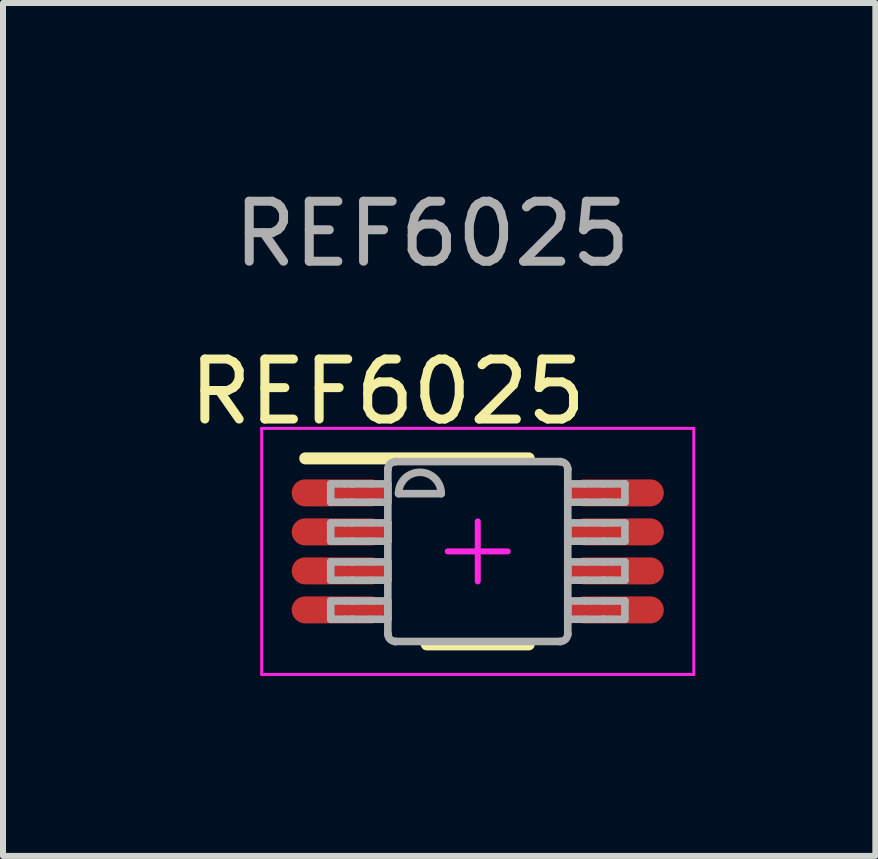
<source format=kicad_pcb>
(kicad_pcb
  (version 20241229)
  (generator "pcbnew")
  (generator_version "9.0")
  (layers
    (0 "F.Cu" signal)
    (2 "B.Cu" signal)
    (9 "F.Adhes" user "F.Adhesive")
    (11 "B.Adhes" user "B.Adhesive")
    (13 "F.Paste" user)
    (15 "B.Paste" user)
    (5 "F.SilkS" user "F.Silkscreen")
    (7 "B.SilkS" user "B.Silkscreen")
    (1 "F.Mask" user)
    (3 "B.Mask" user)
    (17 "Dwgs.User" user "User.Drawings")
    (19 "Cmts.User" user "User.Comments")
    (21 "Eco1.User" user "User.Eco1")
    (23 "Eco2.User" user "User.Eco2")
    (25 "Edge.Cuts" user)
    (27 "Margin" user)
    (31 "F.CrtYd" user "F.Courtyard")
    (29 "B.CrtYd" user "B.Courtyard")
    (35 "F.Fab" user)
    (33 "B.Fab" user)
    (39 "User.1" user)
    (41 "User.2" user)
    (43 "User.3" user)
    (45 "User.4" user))
  (footprint "REF6025"
    (layer "F.Cu")
    (at 4.911 6.138)
    (property "Reference" "REF6025" (at -1.5 -2.66 0) (unlocked yes) (layer "F.SilkS") (effects (font (size 1 1) (thickness 0.15))))
    (attr smd)
    (fp_line (start -2.875 -1.55) (end 0.85 -1.55) (stroke (width 0.2) (type solid)) (layer "F.SilkS"))
    (fp_line (start -0.85 1.55) (end 0.85 1.55) (stroke (width 0.2) (type solid)) (layer "F.SilkS"))
    (fp_line (start -3.6 -2.05) (end 3.6 -2.05) (stroke (width 0.05) (type solid)) (layer "F.CrtYd"))
    (fp_line (start -3.6 2.05) (end -3.6 -2.05) (stroke (width 0.05) (type solid)) (layer "F.CrtYd"))
    (fp_line (start -3.6 2.05) (end 3.6 2.05) (stroke (width 0.05) (type solid)) (layer "F.CrtYd"))
    (fp_line (start -0.5 0) (end 0.5 0) (stroke (width 0.1) (type solid)) (layer "F.CrtYd"))
    (fp_line (start 0 0.5) (end 0 -0.5) (stroke (width 0.1) (type solid)) (layer "F.CrtYd"))
    (fp_line (start 3.6 2.05) (end 3.6 -2.05) (stroke (width 0.05) (type solid)) (layer "F.CrtYd"))
    (fp_line (start -2.45 -1.125) (end -2.21 -1.125) (stroke (width 0.127) (type solid)) (layer "F.Fab"))
    (fp_line (start -2.45 -0.82) (end -2.45 -1.125) (stroke (width 0.127) (type solid)) (layer "F.Fab"))
    (fp_line (start -2.45 -0.82) (end -2.21 -0.82) (stroke (width 0.127) (type solid)) (layer "F.Fab"))
    (fp_line (start -2.45 -0.475) (end -2.21 -0.475) (stroke (width 0.127) (type solid)) (layer "F.Fab"))
    (fp_line (start -2.45 -0.17) (end -2.45 -0.475) (stroke (width 0.127) (type solid)) (layer "F.Fab"))
    (fp_line (start -2.45 -0.17) (end -2.21 -0.17) (stroke (width 0.127) (type solid)) (layer "F.Fab"))
    (fp_line (start -2.45 0.175) (end -2.21 0.175) (stroke (width 0.127) (type solid)) (layer "F.Fab"))
    (fp_line (start -2.45 0.48) (end -2.45 0.175) (stroke (width 0.127) (type solid)) (layer "F.Fab"))
    (fp_line (start -2.45 0.48) (end -2.21 0.48) (stroke (width 0.127) (type solid)) (layer "F.Fab"))
    (fp_line (start -2.45 0.826) (end -2.21 0.826) (stroke (width 0.127) (type solid)) (layer "F.Fab"))
    (fp_line (start -2.45 1.131) (end -2.45 0.826) (stroke (width 0.127) (type solid)) (layer "F.Fab"))
    (fp_line (start -2.45 1.131) (end -2.21 1.131) (stroke (width 0.127) (type solid)) (layer "F.Fab"))
    (fp_line (start -2.21 -1.125) (end -2.091 -1.125) (stroke (width 0.127) (type solid)) (layer "F.Fab"))
    (fp_line (start -2.21 -0.82) (end -2.091 -0.82) (stroke (width 0.127) (type solid)) (layer "F.Fab"))
    (fp_line (start -2.21 -0.475) (end -2.091 -0.475) (stroke (width 0.127) (type solid)) (layer "F.Fab"))
    (fp_line (start -2.21 -0.17) (end -2.091 -0.17) (stroke (width 0.127) (type solid)) (layer "F.Fab"))
    (fp_line (start -2.21 0.175) (end -2.091 0.175) (stroke (width 0.127) (type solid)) (layer "F.Fab"))
    (fp_line (start -2.21 0.48) (end -2.091 0.48) (stroke (width 0.127) (type solid)) (layer "F.Fab"))
    (fp_line (start -2.21 0.826) (end -2.091 0.826) (stroke (width 0.127) (type solid)) (layer "F.Fab"))
    (fp_line (start -2.21 1.131) (end -2.091 1.131) (stroke (width 0.127) (type solid)) (layer "F.Fab"))
    (fp_line (start -2.091 -1.125) (end -2.087 -1.125) (stroke (width 0.127) (type solid)) (layer "F.Fab"))
    (fp_line (start -2.091 -0.82) (end -2.087 -0.82) (stroke (width 0.127) (type solid)) (layer "F.Fab"))
    (fp_line (start -2.091 -0.475) (end -2.087 -0.475) (stroke (width 0.127) (type solid)) (layer "F.Fab"))
    (fp_line (start -2.091 -0.17) (end -2.087 -0.17) (stroke (width 0.127) (type solid)) (layer "F.Fab"))
    (fp_line (start -2.091 0.175) (end -2.087 0.175) (stroke (width 0.127) (type solid)) (layer "F.Fab"))
    (fp_line (start -2.091 0.48) (end -2.087 0.48) (stroke (width 0.127) (type solid)) (layer "F.Fab"))
    (fp_line (start -2.091 0.826) (end -2.087 0.826) (stroke (width 0.127) (type solid)) (layer "F.Fab"))
    (fp_line (start -2.091 1.131) (end -2.087 1.131) (stroke (width 0.127) (type solid)) (layer "F.Fab"))
    (fp_line (start -2.087 -1.125) (end -1.784 -1.125) (stroke (width 0.127) (type solid)) (layer "F.Fab"))
    (fp_line (start -2.087 -0.82) (end -1.784 -0.82) (stroke (width 0.127) (type solid)) (layer "F.Fab"))
    (fp_line (start -2.087 -0.475) (end -1.784 -0.475) (stroke (width 0.127) (type solid)) (layer "F.Fab"))
    (fp_line (start -2.087 -0.17) (end -1.784 -0.17) (stroke (width 0.127) (type solid)) (layer "F.Fab"))
    (fp_line (start -2.087 0.175) (end -1.784 0.175) (stroke (width 0.127) (type solid)) (layer "F.Fab"))
    (fp_line (start -2.087 0.48) (end -1.784 0.48) (stroke (width 0.127) (type solid)) (layer "F.Fab"))
    (fp_line (start -2.087 0.826) (end -1.784 0.826) (stroke (width 0.127) (type solid)) (layer "F.Fab"))
    (fp_line (start -2.087 1.131) (end -1.784 1.131) (stroke (width 0.127) (type solid)) (layer "F.Fab"))
    (fp_line (start -1.784 -1.125) (end -1.498 -1.125) (stroke (width 0.127) (type solid)) (layer "F.Fab"))
    (fp_line (start -1.784 -0.82) (end -1.498 -0.82) (stroke (width 0.127) (type solid)) (layer "F.Fab"))
    (fp_line (start -1.784 -0.475) (end -1.498 -0.475) (stroke (width 0.127) (type solid)) (layer "F.Fab"))
    (fp_line (start -1.784 -0.17) (end -1.498 -0.17) (stroke (width 0.127) (type solid)) (layer "F.Fab"))
    (fp_line (start -1.784 0.175) (end -1.498 0.175) (stroke (width 0.127) (type solid)) (layer "F.Fab"))
    (fp_line (start -1.784 0.48) (end -1.498 0.48) (stroke (width 0.127) (type solid)) (layer "F.Fab"))
    (fp_line (start -1.784 0.826) (end -1.498 0.826) (stroke (width 0.127) (type solid)) (layer "F.Fab"))
    (fp_line (start -1.784 1.131) (end -1.498 1.131) (stroke (width 0.127) (type solid)) (layer "F.Fab"))
    (fp_line (start -1.498 -1.369) (end -1.497 -1.372) (stroke (width 0.127) (type solid)) (layer "F.Fab"))
    (fp_line (start -1.498 -0.82) (end -1.498 -1.125) (stroke (width 0.127) (type solid)) (layer "F.Fab"))
    (fp_line (start -1.498 -0.17) (end -1.498 -0.475) (stroke (width 0.127) (type solid)) (layer "F.Fab"))
    (fp_line (start -1.498 0.48) (end -1.498 0.175) (stroke (width 0.127) (type solid)) (layer "F.Fab"))
    (fp_line (start -1.498 1.131) (end -1.498 0.826) (stroke (width 0.127) (type solid)) (layer "F.Fab"))
    (fp_line (start -1.498 1.374) (end -1.498 -1.369) (stroke (width 0.127) (type solid)) (layer "F.Fab"))
    (fp_line (start -1.498 1.374) (end -1.497 1.377) (stroke (width 0.127) (type solid)) (layer "F.Fab"))
    (fp_line (start -1.373 -1.496) (end -1.371 -1.496) (stroke (width 0.127) (type solid)) (layer "F.Fab"))
    (fp_line (start -1.373 1.501) (end -1.371 1.501) (stroke (width 0.127) (type solid)) (layer "F.Fab"))
    (fp_line (start -1.371 -1.496) (end 1.373 -1.496) (stroke (width 0.127) (type solid)) (layer "F.Fab"))
    (fp_line (start -1.371 1.501) (end 1.373 1.501) (stroke (width 0.127) (type solid)) (layer "F.Fab"))
    (fp_line (start -1.32 -0.962) (end -0.609 -0.962) (stroke (width 0.127) (type solid)) (layer "F.Fab"))
    (fp_line (start 1.373 -1.496) (end 1.375 -1.496) (stroke (width 0.127) (type solid)) (layer "F.Fab"))
    (fp_line (start 1.373 1.501) (end 1.375 1.501) (stroke (width 0.127) (type solid)) (layer "F.Fab"))
    (fp_line (start 1.5 -1.372) (end 1.5 -1.369) (stroke (width 0.127) (type solid)) (layer "F.Fab"))
    (fp_line (start 1.5 1.377) (end 1.5 1.374) (stroke (width 0.127) (type solid)) (layer "F.Fab"))
    (fp_line (start 1.5 -1.125) (end 1.786 -1.125) (stroke (width 0.127) (type solid)) (layer "F.Fab"))
    (fp_line (start 1.5 -0.82) (end 1.5 -1.125) (stroke (width 0.127) (type solid)) (layer "F.Fab"))
    (fp_line (start 1.5 -0.82) (end 1.786 -0.82) (stroke (width 0.127) (type solid)) (layer "F.Fab"))
    (fp_line (start 1.5 -0.475) (end 1.786 -0.475) (stroke (width 0.127) (type solid)) (layer "F.Fab"))
    (fp_line (start 1.5 -0.17) (end 1.5 -0.475) (stroke (width 0.127) (type solid)) (layer "F.Fab"))
    (fp_line (start 1.5 -0.17) (end 1.786 -0.17) (stroke (width 0.127) (type solid)) (layer "F.Fab"))
    (fp_line (start 1.5 0.175) (end 1.786 0.175) (stroke (width 0.127) (type solid)) (layer "F.Fab"))
    (fp_line (start 1.5 0.48) (end 1.5 0.175) (stroke (width 0.127) (type solid)) (layer "F.Fab"))
    (fp_line (start 1.5 0.48) (end 1.786 0.48) (stroke (width 0.127) (type solid)) (layer "F.Fab"))
    (fp_line (start 1.5 0.826) (end 1.786 0.826) (stroke (width 0.127) (type solid)) (layer "F.Fab"))
    (fp_line (start 1.5 1.131) (end 1.5 0.826) (stroke (width 0.127) (type solid)) (layer "F.Fab"))
    (fp_line (start 1.5 1.131) (end 1.786 1.131) (stroke (width 0.127) (type solid)) (layer "F.Fab"))
    (fp_line (start 1.5 1.374) (end 1.5 -1.369) (stroke (width 0.127) (type solid)) (layer "F.Fab"))
    (fp_line (start 1.786 -1.125) (end 2.089 -1.125) (stroke (width 0.127) (type solid)) (layer "F.Fab"))
    (fp_line (start 1.786 -0.82) (end 2.089 -0.82) (stroke (width 0.127) (type solid)) (layer "F.Fab"))
    (fp_line (start 1.786 -0.475) (end 2.089 -0.475) (stroke (width 0.127) (type solid)) (layer "F.Fab"))
    (fp_line (start 1.786 -0.17) (end 2.089 -0.17) (stroke (width 0.127) (type solid)) (layer "F.Fab"))
    (fp_line (start 1.786 0.175) (end 2.089 0.175) (stroke (width 0.127) (type solid)) (layer "F.Fab"))
    (fp_line (start 1.786 0.48) (end 2.089 0.48) (stroke (width 0.127) (type solid)) (layer "F.Fab"))
    (fp_line (start 1.786 0.826) (end 2.089 0.826) (stroke (width 0.127) (type solid)) (layer "F.Fab"))
    (fp_line (start 1.786 1.131) (end 2.089 1.131) (stroke (width 0.127) (type solid)) (layer "F.Fab"))
    (fp_line (start 2.089 -1.125) (end 2.093 -1.125) (stroke (width 0.127) (type solid)) (layer "F.Fab"))
    (fp_line (start 2.089 -0.82) (end 2.093 -0.82) (stroke (width 0.127) (type solid)) (layer "F.Fab"))
    (fp_line (start 2.089 -0.475) (end 2.093 -0.475) (stroke (width 0.127) (type solid)) (layer "F.Fab"))
    (fp_line (start 2.089 -0.17) (end 2.093 -0.17) (stroke (width 0.127) (type solid)) (layer "F.Fab"))
    (fp_line (start 2.089 0.175) (end 2.093 0.175) (stroke (width 0.127) (type solid)) (layer "F.Fab"))
    (fp_line (start 2.089 0.48) (end 2.093 0.48) (stroke (width 0.127) (type solid)) (layer "F.Fab"))
    (fp_line (start 2.089 0.826) (end 2.093 0.826) (stroke (width 0.127) (type solid)) (layer "F.Fab"))
    (fp_line (start 2.089 1.131) (end 2.093 1.131) (stroke (width 0.127) (type solid)) (layer "F.Fab"))
    (fp_line (start 2.093 -1.125) (end 2.213 -1.125) (stroke (width 0.127) (type solid)) (layer "F.Fab"))
    (fp_line (start 2.093 -0.82) (end 2.213 -0.82) (stroke (width 0.127) (type solid)) (layer "F.Fab"))
    (fp_line (start 2.093 -0.475) (end 2.213 -0.475) (stroke (width 0.127) (type solid)) (layer "F.Fab"))
    (fp_line (start 2.093 -0.17) (end 2.213 -0.17) (stroke (width 0.127) (type solid)) (layer "F.Fab"))
    (fp_line (start 2.093 0.175) (end 2.213 0.175) (stroke (width 0.127) (type solid)) (layer "F.Fab"))
    (fp_line (start 2.093 0.48) (end 2.213 0.48) (stroke (width 0.127) (type solid)) (layer "F.Fab"))
    (fp_line (start 2.093 0.826) (end 2.213 0.826) (stroke (width 0.127) (type solid)) (layer "F.Fab"))
    (fp_line (start 2.093 1.131) (end 2.213 1.131) (stroke (width 0.127) (type solid)) (layer "F.Fab"))
    (fp_line (start 2.213 -1.125) (end 2.452 -1.125) (stroke (width 0.127) (type solid)) (layer "F.Fab"))
    (fp_line (start 2.213 -0.82) (end 2.452 -0.82) (stroke (width 0.127) (type solid)) (layer "F.Fab"))
    (fp_line (start 2.213 -0.475) (end 2.452 -0.475) (stroke (width 0.127) (type solid)) (layer "F.Fab"))
    (fp_line (start 2.213 -0.17) (end 2.452 -0.17) (stroke (width 0.127) (type solid)) (layer "F.Fab"))
    (fp_line (start 2.213 0.175) (end 2.452 0.175) (stroke (width 0.127) (type solid)) (layer "F.Fab"))
    (fp_line (start 2.213 0.48) (end 2.452 0.48) (stroke (width 0.127) (type solid)) (layer "F.Fab"))
    (fp_line (start 2.213 0.826) (end 2.452 0.826) (stroke (width 0.127) (type solid)) (layer "F.Fab"))
    (fp_line (start 2.213 1.131) (end 2.452 1.131) (stroke (width 0.127) (type solid)) (layer "F.Fab"))
    (fp_line (start 2.452 -0.82) (end 2.452 -1.125) (stroke (width 0.127) (type solid)) (layer "F.Fab"))
    (fp_line (start 2.452 -0.17) (end 2.452 -0.475) (stroke (width 0.127) (type solid)) (layer "F.Fab"))
    (fp_line (start 2.452 0.48) (end 2.452 0.175) (stroke (width 0.127) (type solid)) (layer "F.Fab"))
    (fp_line (start 2.452 1.131) (end 2.452 0.826) (stroke (width 0.127) (type solid)) (layer "F.Fab"))
    (fp_arc (start -1.497476 -1.371582) (mid -1.460306 -1.458644) (end -1.373243 -1.495814) (stroke (width 0.127) (type solid)) (layer "F.Fab"))
    (fp_arc (start -1.373243 1.501336) (mid -1.460306 1.464166) (end -1.497476 1.377104) (stroke (width 0.127) (type solid)) (layer "F.Fab"))
    (fp_arc (start -1.3197 -0.962439) (mid -0.9641 -1.318039) (end -0.6085 -0.962439) (stroke (width 0.127) (type solid)) (layer "F.Fab"))
    (fp_arc (start 1.375443 -1.495814) (mid 1.462505 -1.458644) (end 1.499675 -1.371582) (stroke (width 0.127) (type solid)) (layer "F.Fab"))
    (fp_arc (start 1.499675 1.377104) (mid 1.462505 1.464166) (end 1.375443 1.501336) (stroke (width 0.127) (type solid)) (layer "F.Fab"))
    (fp_text user "${REFERENCE}" (at -0.76 -5.29 0) (unlocked yes) (layer "F.Fab") (effects (font (size 1 1) (thickness 0.15))))
    (pad "1" smd oval (at -2.325 -0.975 90) (size 0.45 1.55) (layers "F.Cu" "F.Mask" "F.Paste"))
    (pad "2" smd oval (at -2.325 -0.325 90) (size 0.45 1.55) (layers "F.Cu" "F.Mask" "F.Paste"))
    (pad "3" smd oval (at -2.325 0.325 90) (size 0.45 1.55) (layers "F.Cu" "F.Mask" "F.Paste"))
    (pad "4" smd oval (at -2.325 0.975 90) (size 0.45 1.55) (layers "F.Cu" "F.Mask" "F.Paste"))
    (pad "5" smd oval (at 2.325 0.975 90) (size 0.45 1.55) (layers "F.Cu" "F.Mask" "F.Paste"))
    (pad "6" smd oval (at 2.325 0.325 90) (size 0.45 1.55) (layers "F.Cu" "F.Mask" "F.Paste"))
    (pad "7" smd oval (at 2.325 -0.325 90) (size 0.45 1.55) (layers "F.Cu" "F.Mask" "F.Paste"))
    (pad "8" smd oval (at 2.325 -0.975 90) (size 0.45 1.55) (layers "F.Cu" "F.Mask" "F.Paste")))
  (gr_rect
    (start -3 -3)
    (end 11.536 11.213)
    (stroke (width 0.1) (type default))
    (fill no)
    (layer "Edge.Cuts")))
</source>
